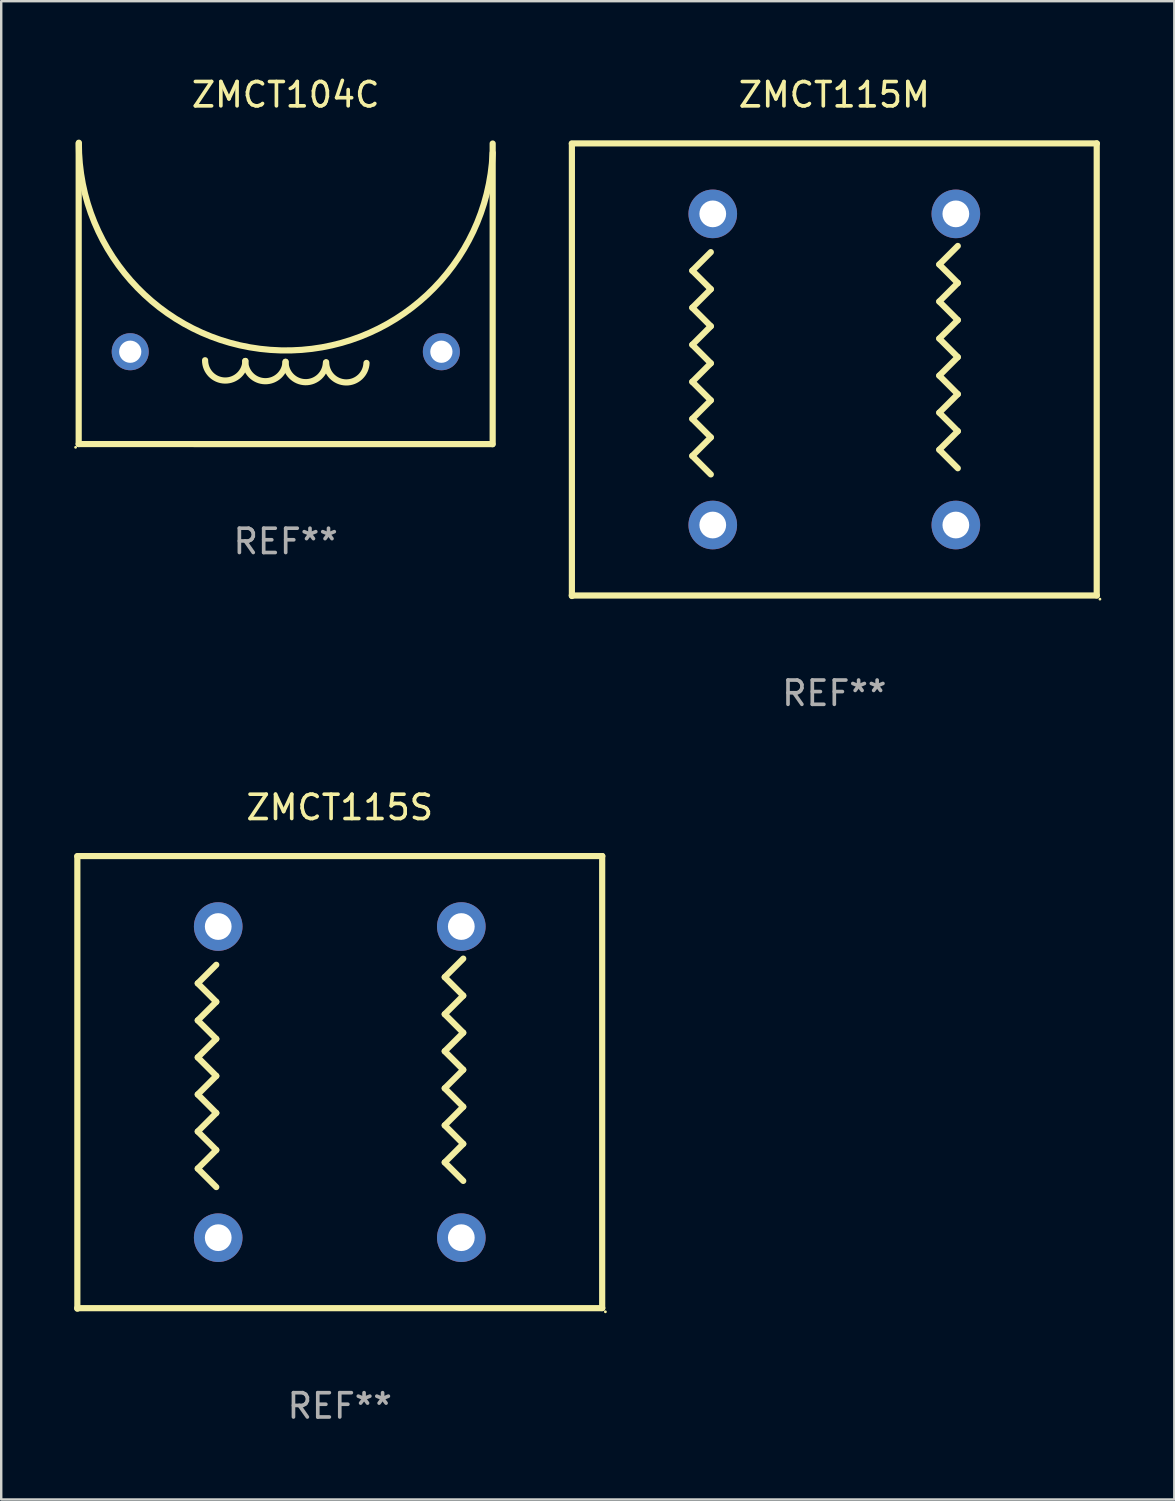
<source format=kicad_pcb>
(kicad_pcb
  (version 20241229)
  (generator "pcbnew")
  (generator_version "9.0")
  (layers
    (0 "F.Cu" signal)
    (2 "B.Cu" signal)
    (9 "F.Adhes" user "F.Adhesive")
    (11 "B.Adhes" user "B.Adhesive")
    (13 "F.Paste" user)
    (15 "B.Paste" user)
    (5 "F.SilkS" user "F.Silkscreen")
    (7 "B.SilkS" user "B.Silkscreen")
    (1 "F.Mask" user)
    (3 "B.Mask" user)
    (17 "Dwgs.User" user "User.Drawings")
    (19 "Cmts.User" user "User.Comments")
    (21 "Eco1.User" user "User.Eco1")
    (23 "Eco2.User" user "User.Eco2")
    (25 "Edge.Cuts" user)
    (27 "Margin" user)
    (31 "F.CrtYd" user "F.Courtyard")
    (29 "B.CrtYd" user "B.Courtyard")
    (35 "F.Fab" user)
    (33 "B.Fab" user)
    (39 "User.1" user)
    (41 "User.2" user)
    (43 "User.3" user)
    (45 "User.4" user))
  (footprint "ZMCT104C"
    (layer "F.Cu")
    (at 8.702 9.036)
    (property "Reference" "ZMCT104C" (at 0 -8.188 0) (layer "F.SilkS") (effects (font (size 1 1) (thickness 0.15))))
    (attr through_hole)
    (fp_line (start -8.515 6.182) (end -8.515 -6.188) (stroke (width 0.254) (type solid)) (layer "F.SilkS"))
    (fp_line (start -8.515 6.182) (end 8.505 6.183) (stroke (width 0.254) (type solid)) (layer "F.SilkS"))
    (fp_line (start 8.515 6.188) (end 8.515 -6.182) (stroke (width 0.254) (type solid)) (layer "F.SilkS"))
    (fp_arc (start -1.65494 2.763081) (mid -2.499934 3.563479) (end -3.315468 2.733083) (stroke (width 0.254001) (type solid)) (layer "F.SilkS"))
    (fp_arc (start -0.004877 2.794247) (mid -0.849871 3.594645) (end -1.665405 2.764249) (stroke (width 0.254001) (type solid)) (layer "F.SilkS"))
    (fp_arc (start 1.655017 2.834176) (mid 0.810022 3.634575) (end -0.005513 2.804178) (stroke (width 0.254001) (type solid)) (layer "F.SilkS"))
    (fp_arc (start 3.324994 2.84426) (mid 2.48 3.644658) (end 1.664466 2.814262) (stroke (width 0.254001) (type solid)) (layer "F.SilkS"))
    (fp_arc (start 8.515011 -5.797523) (mid -0.201487 2.328437) (end -8.508686 -6.215508) (stroke (width 0.254001) (type solid)) (layer "F.SilkS"))
    (fp_circle (center -8.642 6.315) (end -8.612 6.315) (stroke (width 0.06) (type solid)) (fill no) (layer "F.SilkS"))
    (fp_text user "REF**" (at 0 10.188 0) (layer "F.Fab") (effects (font (size 1 1) (thickness 0.15))))
    (pad "1" thru_hole circle (at -6.395 2.383) (size 1.524 1.524) (drill 0.914) (layers "*.Cu" "*.Mask"))
    (pad "2" thru_hole circle (at 6.405 2.383) (size 1.524 1.524) (drill 0.914) (layers "*.Cu" "*.Mask")))
  (footprint "ZMCT115M"
    (layer "F.Cu")
    (at 31.271 12.159)
    (property "Reference" "ZMCT115M" (at 0 -11.31 0) (layer "F.SilkS") (effects (font (size 1 1) (thickness 0.15))))
    (attr through_hole)
    (fp_line (start -10.8 -9.31) (end 10.8 -9.31) (stroke (width 0.254) (type solid)) (layer "F.SilkS"))
    (fp_line (start -10.8 9.288) (end 10.8 9.288) (stroke (width 0.254) (type solid)) (layer "F.SilkS"))
    (fp_line (start -10.795 -9.285) (end -10.795 9.31) (stroke (width 0.254) (type solid)) (layer "F.SilkS"))
    (fp_line (start -5.842 -4.075) (end -5.08 -3.313) (stroke (width 0.254) (type solid)) (layer "F.SilkS"))
    (fp_line (start -5.842 -2.551) (end -5.08 -1.789) (stroke (width 0.254) (type solid)) (layer "F.SilkS"))
    (fp_line (start -5.842 -1.027) (end -5.08 -0.265) (stroke (width 0.254) (type solid)) (layer "F.SilkS"))
    (fp_line (start -5.842 0.497) (end -5.08 1.259) (stroke (width 0.254) (type solid)) (layer "F.SilkS"))
    (fp_line (start -5.842 2.021) (end -5.08 2.783) (stroke (width 0.254) (type solid)) (layer "F.SilkS"))
    (fp_line (start -5.842 3.545) (end -5.08 4.307) (stroke (width 0.254) (type solid)) (layer "F.SilkS"))
    (fp_line (start -5.08 -4.837) (end -5.842 -4.075) (stroke (width 0.254) (type solid)) (layer "F.SilkS"))
    (fp_line (start -5.08 -3.313) (end -5.842 -2.551) (stroke (width 0.254) (type solid)) (layer "F.SilkS"))
    (fp_line (start -5.08 -1.789) (end -5.842 -1.027) (stroke (width 0.254) (type solid)) (layer "F.SilkS"))
    (fp_line (start -5.08 -0.265) (end -5.842 0.497) (stroke (width 0.254) (type solid)) (layer "F.SilkS"))
    (fp_line (start -5.08 1.259) (end -5.842 2.021) (stroke (width 0.254) (type solid)) (layer "F.SilkS"))
    (fp_line (start -5.08 2.783) (end -5.842 3.545) (stroke (width 0.254) (type solid)) (layer "F.SilkS"))
    (fp_line (start 4.318 -4.329) (end 5.08 -3.567) (stroke (width 0.254) (type solid)) (layer "F.SilkS"))
    (fp_line (start 4.318 -2.805) (end 5.08 -2.043) (stroke (width 0.254) (type solid)) (layer "F.SilkS"))
    (fp_line (start 4.318 -1.281) (end 5.08 -0.519) (stroke (width 0.254) (type solid)) (layer "F.SilkS"))
    (fp_line (start 4.318 0.243) (end 5.08 1.005) (stroke (width 0.254) (type solid)) (layer "F.SilkS"))
    (fp_line (start 4.318 1.767) (end 5.08 2.529) (stroke (width 0.254) (type solid)) (layer "F.SilkS"))
    (fp_line (start 4.318 3.291) (end 5.08 4.053) (stroke (width 0.254) (type solid)) (layer "F.SilkS"))
    (fp_line (start 5.08 -5.091) (end 4.318 -4.329) (stroke (width 0.254) (type solid)) (layer "F.SilkS"))
    (fp_line (start 5.08 -3.567) (end 4.318 -2.805) (stroke (width 0.254) (type solid)) (layer "F.SilkS"))
    (fp_line (start 5.08 -2.043) (end 4.318 -1.281) (stroke (width 0.254) (type solid)) (layer "F.SilkS"))
    (fp_line (start 5.08 -0.519) (end 4.318 0.243) (stroke (width 0.254) (type solid)) (layer "F.SilkS"))
    (fp_line (start 5.08 1.005) (end 4.318 1.767) (stroke (width 0.254) (type solid)) (layer "F.SilkS"))
    (fp_line (start 5.08 2.529) (end 4.318 3.291) (stroke (width 0.254) (type solid)) (layer "F.SilkS"))
    (fp_line (start 10.795 -9.31) (end 10.795 9.285) (stroke (width 0.254) (type solid)) (layer "F.SilkS"))
    (fp_circle (center 10.927 9.437) (end 10.957 9.437) (stroke (width 0.06) (type solid)) (fill no) (layer "F.SilkS"))
    (fp_text user "*3" (at -3.556 -6.27 0) (layer "B.Mask") (effects (font (size 1 1) (thickness 0.15))))
    (fp_text user "*1" (at 1.27 6.684 0) (layer "B.Mask") (effects (font (size 1 1) (thickness 0.15))))
    (fp_text user "REF**" (at 0 13.31 0) (layer "F.Fab") (effects (font (size 1 1) (thickness 0.15))))
    (pad "1" thru_hole circle (at 5 6.389) (size 2 2) (drill 1.1) (layers "*.Cu" "*.Mask"))
    (pad "2" thru_hole circle (at 5 -6.411) (size 2 2) (drill 1.1) (layers "*.Cu" "*.Mask"))
    (pad "3" thru_hole circle (at -5 -6.411) (size 2 2) (drill 1.1) (layers "*.Cu" "*.Mask"))
    (pad "4" thru_hole circle (at -5 6.389) (size 2 2) (drill 1.1) (layers "*.Cu" "*.Mask")))
  (footprint "ZMCT115S"
    (layer "F.Cu")
    (at 10.927 41.476)
    (property "Reference" "ZMCT115S" (at 0 -11.31 0) (layer "F.SilkS") (effects (font (size 1 1) (thickness 0.15))))
    (attr through_hole)
    (fp_line (start -10.8 -9.31) (end 10.8 -9.31) (stroke (width 0.254) (type solid)) (layer "F.SilkS"))
    (fp_line (start -10.8 9.288) (end 10.8 9.288) (stroke (width 0.254) (type solid)) (layer "F.SilkS"))
    (fp_line (start -10.795 -9.285) (end -10.795 9.31) (stroke (width 0.254) (type solid)) (layer "F.SilkS"))
    (fp_line (start -5.842 -4.075) (end -5.08 -3.313) (stroke (width 0.254) (type solid)) (layer "F.SilkS"))
    (fp_line (start -5.842 -2.551) (end -5.08 -1.789) (stroke (width 0.254) (type solid)) (layer "F.SilkS"))
    (fp_line (start -5.842 -1.027) (end -5.08 -0.265) (stroke (width 0.254) (type solid)) (layer "F.SilkS"))
    (fp_line (start -5.842 0.497) (end -5.08 1.259) (stroke (width 0.254) (type solid)) (layer "F.SilkS"))
    (fp_line (start -5.842 2.021) (end -5.08 2.783) (stroke (width 0.254) (type solid)) (layer "F.SilkS"))
    (fp_line (start -5.842 3.545) (end -5.08 4.307) (stroke (width 0.254) (type solid)) (layer "F.SilkS"))
    (fp_line (start -5.08 -4.837) (end -5.842 -4.075) (stroke (width 0.254) (type solid)) (layer "F.SilkS"))
    (fp_line (start -5.08 -3.313) (end -5.842 -2.551) (stroke (width 0.254) (type solid)) (layer "F.SilkS"))
    (fp_line (start -5.08 -1.789) (end -5.842 -1.027) (stroke (width 0.254) (type solid)) (layer "F.SilkS"))
    (fp_line (start -5.08 -0.265) (end -5.842 0.497) (stroke (width 0.254) (type solid)) (layer "F.SilkS"))
    (fp_line (start -5.08 1.259) (end -5.842 2.021) (stroke (width 0.254) (type solid)) (layer "F.SilkS"))
    (fp_line (start -5.08 2.783) (end -5.842 3.545) (stroke (width 0.254) (type solid)) (layer "F.SilkS"))
    (fp_line (start 4.318 -4.329) (end 5.08 -3.567) (stroke (width 0.254) (type solid)) (layer "F.SilkS"))
    (fp_line (start 4.318 -2.805) (end 5.08 -2.043) (stroke (width 0.254) (type solid)) (layer "F.SilkS"))
    (fp_line (start 4.318 -1.281) (end 5.08 -0.519) (stroke (width 0.254) (type solid)) (layer "F.SilkS"))
    (fp_line (start 4.318 0.243) (end 5.08 1.005) (stroke (width 0.254) (type solid)) (layer "F.SilkS"))
    (fp_line (start 4.318 1.767) (end 5.08 2.529) (stroke (width 0.254) (type solid)) (layer "F.SilkS"))
    (fp_line (start 4.318 3.291) (end 5.08 4.053) (stroke (width 0.254) (type solid)) (layer "F.SilkS"))
    (fp_line (start 5.08 -5.091) (end 4.318 -4.329) (stroke (width 0.254) (type solid)) (layer "F.SilkS"))
    (fp_line (start 5.08 -3.567) (end 4.318 -2.805) (stroke (width 0.254) (type solid)) (layer "F.SilkS"))
    (fp_line (start 5.08 -2.043) (end 4.318 -1.281) (stroke (width 0.254) (type solid)) (layer "F.SilkS"))
    (fp_line (start 5.08 -0.519) (end 4.318 0.243) (stroke (width 0.254) (type solid)) (layer "F.SilkS"))
    (fp_line (start 5.08 1.005) (end 4.318 1.767) (stroke (width 0.254) (type solid)) (layer "F.SilkS"))
    (fp_line (start 5.08 2.529) (end 4.318 3.291) (stroke (width 0.254) (type solid)) (layer "F.SilkS"))
    (fp_line (start 10.795 -9.31) (end 10.795 9.285) (stroke (width 0.254) (type solid)) (layer "F.SilkS"))
    (fp_circle (center 10.927 9.437) (end 10.957 9.437) (stroke (width 0.06) (type solid)) (fill no) (layer "F.SilkS"))
    (fp_text user "*1" (at 1.27 6.684 0) (layer "B.Mask") (effects (font (size 1 1) (thickness 0.15))))
    (fp_text user "*3" (at -3.556 -6.27 0) (layer "B.Mask") (effects (font (size 1 1) (thickness 0.15))))
    (fp_text user "REF**" (at 0 13.31 0) (layer "F.Fab") (effects (font (size 1 1) (thickness 0.15))))
    (pad "1" thru_hole circle (at 5 6.389) (size 2 2) (drill 1.1) (layers "*.Cu" "*.Mask"))
    (pad "2" thru_hole circle (at 5 -6.411) (size 2 2) (drill 1.1) (layers "*.Cu" "*.Mask"))
    (pad "3" thru_hole circle (at -5 -6.411) (size 2 2) (drill 1.1) (layers "*.Cu" "*.Mask"))
    (pad "4" thru_hole circle (at -5 6.389) (size 2 2) (drill 1.1) (layers "*.Cu" "*.Mask")))
  (gr_rect
    (start -3 -3)
    (end 45.258 58.635)
    (stroke (width 0.1) (type default))
    (fill no)
    (layer "Edge.Cuts")))
</source>
